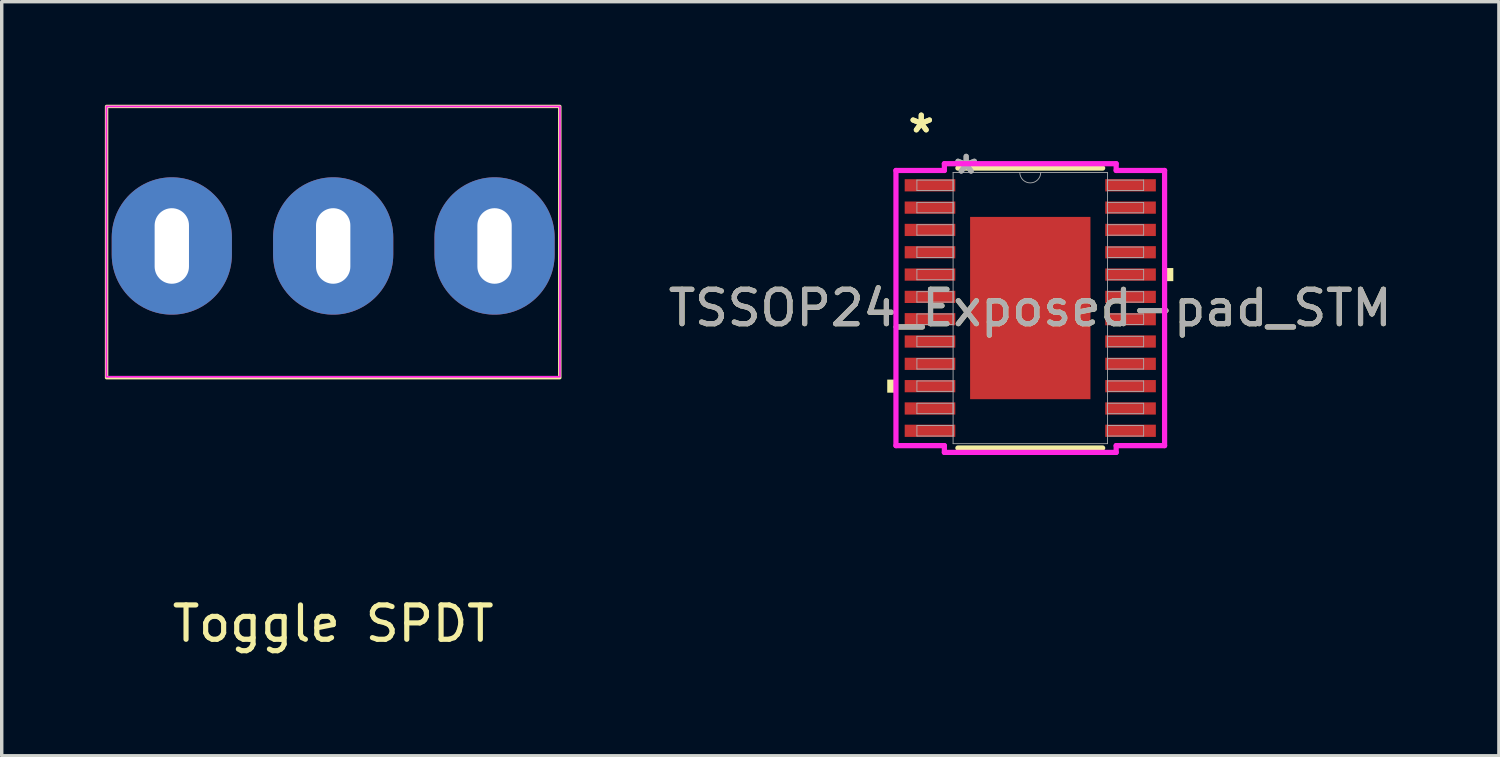
<source format=kicad_pcb>
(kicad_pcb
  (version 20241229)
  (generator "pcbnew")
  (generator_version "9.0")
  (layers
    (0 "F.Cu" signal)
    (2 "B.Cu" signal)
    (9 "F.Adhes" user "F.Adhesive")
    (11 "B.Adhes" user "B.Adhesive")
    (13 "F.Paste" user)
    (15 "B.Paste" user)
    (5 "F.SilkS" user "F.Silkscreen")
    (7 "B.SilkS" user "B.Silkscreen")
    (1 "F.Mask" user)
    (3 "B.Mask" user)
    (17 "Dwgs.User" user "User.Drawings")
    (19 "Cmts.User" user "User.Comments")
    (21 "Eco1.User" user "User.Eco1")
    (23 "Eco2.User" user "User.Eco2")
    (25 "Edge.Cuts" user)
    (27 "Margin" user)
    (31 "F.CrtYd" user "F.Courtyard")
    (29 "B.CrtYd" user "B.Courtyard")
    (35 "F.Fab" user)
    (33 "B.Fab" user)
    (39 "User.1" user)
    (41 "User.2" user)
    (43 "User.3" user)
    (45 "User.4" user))
  (footprint "TSSOP24_Exposed-pad_STM"
    (layer "F.Cu")
    (at 26.957 5.922)
    (property "Reference" "TSSOP24_Exposed-pad_STM" (at 0 0 0) (unlocked yes) (layer "F.SilkS") (effects (font (size 1 1) (thickness 0.15))))
    (attr smd)
    (fp_line (start -2.108 4.077) (end 2.108 4.077) (stroke (width 0.152) (type solid)) (layer "F.SilkS"))
    (fp_line (start 2.108 -4.077) (end -2.108 -4.077) (stroke (width 0.152) (type solid)) (layer "F.SilkS"))
    (fp_poly (pts (xy -4.166 2.084) (xy -4.166 2.465) (xy -3.912 2.465) (xy -3.912 2.084)) (stroke (width 0) (type solid)) (fill yes) (layer "F.SilkS"))
    (fp_poly (pts (xy 4.166 -1.165) (xy 4.166 -0.784) (xy 3.912 -0.784) (xy 3.912 -1.165)) (stroke (width 0) (type solid)) (fill yes) (layer "F.SilkS"))
    (fp_poly (pts (xy -1.653 -2.554) (xy -1.653 -1.427) (xy -0.1 -1.427) (xy -0.1 -2.554)) (stroke (width 0) (type solid)) (fill yes) (layer "F.Paste"))
    (fp_poly (pts (xy -1.653 -1.227) (xy -1.653 -0.1) (xy -0.1 -0.1) (xy -0.1 -1.227)) (stroke (width 0) (type solid)) (fill yes) (layer "F.Paste"))
    (fp_poly (pts (xy -1.653 0.1) (xy -1.653 1.227) (xy -0.1 1.227) (xy -0.1 0.1)) (stroke (width 0) (type solid)) (fill yes) (layer "F.Paste"))
    (fp_poly (pts (xy -1.653 1.427) (xy -1.653 2.554) (xy -0.1 2.554) (xy -0.1 1.427)) (stroke (width 0) (type solid)) (fill yes) (layer "F.Paste"))
    (fp_poly (pts (xy 0.1 -2.554) (xy 0.1 -1.427) (xy 1.653 -1.427) (xy 1.653 -2.554)) (stroke (width 0) (type solid)) (fill yes) (layer "F.Paste"))
    (fp_poly (pts (xy 0.1 -1.227) (xy 0.1 -0.1) (xy 1.653 -0.1) (xy 1.653 -1.227)) (stroke (width 0) (type solid)) (fill yes) (layer "F.Paste"))
    (fp_poly (pts (xy 0.1 0.1) (xy 0.1 1.227) (xy 1.653 1.227) (xy 1.653 0.1)) (stroke (width 0) (type solid)) (fill yes) (layer "F.Paste"))
    (fp_poly (pts (xy 0.1 1.427) (xy 0.1 2.554) (xy 1.653 2.554) (xy 1.653 1.427)) (stroke (width 0) (type solid)) (fill yes) (layer "F.Paste"))
    (fp_line (start -3.912 -4.007) (end -2.502 -4.007) (stroke (width 0.152) (type solid)) (layer "F.CrtYd"))
    (fp_line (start -3.912 4.007) (end -3.912 -4.007) (stroke (width 0.152) (type solid)) (layer "F.CrtYd"))
    (fp_line (start -3.912 4.007) (end -2.502 4.007) (stroke (width 0.152) (type solid)) (layer "F.CrtYd"))
    (fp_line (start -2.502 -4.204) (end 2.502 -4.204) (stroke (width 0.152) (type solid)) (layer "F.CrtYd"))
    (fp_line (start -2.502 -4.007) (end -2.502 -4.204) (stroke (width 0.152) (type solid)) (layer "F.CrtYd"))
    (fp_line (start -2.502 4.204) (end -2.502 4.007) (stroke (width 0.152) (type solid)) (layer "F.CrtYd"))
    (fp_line (start 2.502 -4.204) (end 2.502 -4.007) (stroke (width 0.152) (type solid)) (layer "F.CrtYd"))
    (fp_line (start 2.502 4.007) (end 2.502 4.204) (stroke (width 0.152) (type solid)) (layer "F.CrtYd"))
    (fp_line (start 2.502 4.204) (end -2.502 4.204) (stroke (width 0.152) (type solid)) (layer "F.CrtYd"))
    (fp_line (start 3.912 -4.007) (end 2.502 -4.007) (stroke (width 0.152) (type solid)) (layer "F.CrtYd"))
    (fp_line (start 3.912 -4.007) (end 3.912 4.007) (stroke (width 0.152) (type solid)) (layer "F.CrtYd"))
    (fp_line (start 3.912 4.007) (end 2.502 4.007) (stroke (width 0.152) (type solid)) (layer "F.CrtYd"))
    (fp_line (start -3.302 -3.727) (end -3.302 -3.423) (stroke (width 0.025) (type solid)) (layer "F.Fab"))
    (fp_line (start -3.302 -3.423) (end -2.248 -3.423) (stroke (width 0.025) (type solid)) (layer "F.Fab"))
    (fp_line (start -3.302 -3.077) (end -3.302 -2.773) (stroke (width 0.025) (type solid)) (layer "F.Fab"))
    (fp_line (start -3.302 -2.773) (end -2.248 -2.773) (stroke (width 0.025) (type solid)) (layer "F.Fab"))
    (fp_line (start -3.302 -2.427) (end -3.302 -2.123) (stroke (width 0.025) (type solid)) (layer "F.Fab"))
    (fp_line (start -3.302 -2.123) (end -2.248 -2.123) (stroke (width 0.025) (type solid)) (layer "F.Fab"))
    (fp_line (start -3.302 -1.777) (end -3.302 -1.473) (stroke (width 0.025) (type solid)) (layer "F.Fab"))
    (fp_line (start -3.302 -1.473) (end -2.248 -1.473) (stroke (width 0.025) (type solid)) (layer "F.Fab"))
    (fp_line (start -3.302 -1.127) (end -3.302 -0.823) (stroke (width 0.025) (type solid)) (layer "F.Fab"))
    (fp_line (start -3.302 -0.823) (end -2.248 -0.823) (stroke (width 0.025) (type solid)) (layer "F.Fab"))
    (fp_line (start -3.302 -0.477) (end -3.302 -0.173) (stroke (width 0.025) (type solid)) (layer "F.Fab"))
    (fp_line (start -3.302 -0.173) (end -2.248 -0.173) (stroke (width 0.025) (type solid)) (layer "F.Fab"))
    (fp_line (start -3.302 0.173) (end -3.302 0.477) (stroke (width 0.025) (type solid)) (layer "F.Fab"))
    (fp_line (start -3.302 0.477) (end -2.248 0.477) (stroke (width 0.025) (type solid)) (layer "F.Fab"))
    (fp_line (start -3.302 0.823) (end -3.302 1.127) (stroke (width 0.025) (type solid)) (layer "F.Fab"))
    (fp_line (start -3.302 1.127) (end -2.248 1.127) (stroke (width 0.025) (type solid)) (layer "F.Fab"))
    (fp_line (start -3.302 1.473) (end -3.302 1.777) (stroke (width 0.025) (type solid)) (layer "F.Fab"))
    (fp_line (start -3.302 1.777) (end -2.248 1.777) (stroke (width 0.025) (type solid)) (layer "F.Fab"))
    (fp_line (start -3.302 2.123) (end -3.302 2.427) (stroke (width 0.025) (type solid)) (layer "F.Fab"))
    (fp_line (start -3.302 2.427) (end -2.248 2.427) (stroke (width 0.025) (type solid)) (layer "F.Fab"))
    (fp_line (start -3.302 2.773) (end -3.302 3.077) (stroke (width 0.025) (type solid)) (layer "F.Fab"))
    (fp_line (start -3.302 3.077) (end -2.248 3.077) (stroke (width 0.025) (type solid)) (layer "F.Fab"))
    (fp_line (start -3.302 3.423) (end -3.302 3.727) (stroke (width 0.025) (type solid)) (layer "F.Fab"))
    (fp_line (start -3.302 3.727) (end -2.248 3.727) (stroke (width 0.025) (type solid)) (layer "F.Fab"))
    (fp_line (start -2.248 -3.95) (end -2.248 3.95) (stroke (width 0.025) (type solid)) (layer "F.Fab"))
    (fp_line (start -2.248 -3.727) (end -3.302 -3.727) (stroke (width 0.025) (type solid)) (layer "F.Fab"))
    (fp_line (start -2.248 -3.423) (end -2.248 -3.727) (stroke (width 0.025) (type solid)) (layer "F.Fab"))
    (fp_line (start -2.248 -3.077) (end -3.302 -3.077) (stroke (width 0.025) (type solid)) (layer "F.Fab"))
    (fp_line (start -2.248 -2.773) (end -2.248 -3.077) (stroke (width 0.025) (type solid)) (layer "F.Fab"))
    (fp_line (start -2.248 -2.427) (end -3.302 -2.427) (stroke (width 0.025) (type solid)) (layer "F.Fab"))
    (fp_line (start -2.248 -2.123) (end -2.248 -2.427) (stroke (width 0.025) (type solid)) (layer "F.Fab"))
    (fp_line (start -2.248 -1.777) (end -3.302 -1.777) (stroke (width 0.025) (type solid)) (layer "F.Fab"))
    (fp_line (start -2.248 -1.473) (end -2.248 -1.777) (stroke (width 0.025) (type solid)) (layer "F.Fab"))
    (fp_line (start -2.248 -1.127) (end -3.302 -1.127) (stroke (width 0.025) (type solid)) (layer "F.Fab"))
    (fp_line (start -2.248 -0.823) (end -2.248 -1.127) (stroke (width 0.025) (type solid)) (layer "F.Fab"))
    (fp_line (start -2.248 -0.477) (end -3.302 -0.477) (stroke (width 0.025) (type solid)) (layer "F.Fab"))
    (fp_line (start -2.248 -0.173) (end -2.248 -0.477) (stroke (width 0.025) (type solid)) (layer "F.Fab"))
    (fp_line (start -2.248 0.173) (end -3.302 0.173) (stroke (width 0.025) (type solid)) (layer "F.Fab"))
    (fp_line (start -2.248 0.477) (end -2.248 0.173) (stroke (width 0.025) (type solid)) (layer "F.Fab"))
    (fp_line (start -2.248 0.823) (end -3.302 0.823) (stroke (width 0.025) (type solid)) (layer "F.Fab"))
    (fp_line (start -2.248 1.127) (end -2.248 0.823) (stroke (width 0.025) (type solid)) (layer "F.Fab"))
    (fp_line (start -2.248 1.473) (end -3.302 1.473) (stroke (width 0.025) (type solid)) (layer "F.Fab"))
    (fp_line (start -2.248 1.777) (end -2.248 1.473) (stroke (width 0.025) (type solid)) (layer "F.Fab"))
    (fp_line (start -2.248 2.123) (end -3.302 2.123) (stroke (width 0.025) (type solid)) (layer "F.Fab"))
    (fp_line (start -2.248 2.427) (end -2.248 2.123) (stroke (width 0.025) (type solid)) (layer "F.Fab"))
    (fp_line (start -2.248 2.773) (end -3.302 2.773) (stroke (width 0.025) (type solid)) (layer "F.Fab"))
    (fp_line (start -2.248 3.077) (end -2.248 2.773) (stroke (width 0.025) (type solid)) (layer "F.Fab"))
    (fp_line (start -2.248 3.423) (end -3.302 3.423) (stroke (width 0.025) (type solid)) (layer "F.Fab"))
    (fp_line (start -2.248 3.727) (end -2.248 3.423) (stroke (width 0.025) (type solid)) (layer "F.Fab"))
    (fp_line (start -2.248 3.95) (end 2.248 3.95) (stroke (width 0.025) (type solid)) (layer "F.Fab"))
    (fp_line (start 2.248 -3.95) (end -2.248 -3.95) (stroke (width 0.025) (type solid)) (layer "F.Fab"))
    (fp_line (start 2.248 -3.727) (end 2.248 -3.423) (stroke (width 0.025) (type solid)) (layer "F.Fab"))
    (fp_line (start 2.248 -3.423) (end 3.302 -3.423) (stroke (width 0.025) (type solid)) (layer "F.Fab"))
    (fp_line (start 2.248 -3.077) (end 2.248 -2.773) (stroke (width 0.025) (type solid)) (layer "F.Fab"))
    (fp_line (start 2.248 -2.773) (end 3.302 -2.773) (stroke (width 0.025) (type solid)) (layer "F.Fab"))
    (fp_line (start 2.248 -2.427) (end 2.248 -2.123) (stroke (width 0.025) (type solid)) (layer "F.Fab"))
    (fp_line (start 2.248 -2.123) (end 3.302 -2.123) (stroke (width 0.025) (type solid)) (layer "F.Fab"))
    (fp_line (start 2.248 -1.777) (end 2.248 -1.473) (stroke (width 0.025) (type solid)) (layer "F.Fab"))
    (fp_line (start 2.248 -1.473) (end 3.302 -1.473) (stroke (width 0.025) (type solid)) (layer "F.Fab"))
    (fp_line (start 2.248 -1.127) (end 2.248 -0.823) (stroke (width 0.025) (type solid)) (layer "F.Fab"))
    (fp_line (start 2.248 -0.823) (end 3.302 -0.823) (stroke (width 0.025) (type solid)) (layer "F.Fab"))
    (fp_line (start 2.248 -0.477) (end 2.248 -0.173) (stroke (width 0.025) (type solid)) (layer "F.Fab"))
    (fp_line (start 2.248 -0.173) (end 3.302 -0.173) (stroke (width 0.025) (type solid)) (layer "F.Fab"))
    (fp_line (start 2.248 0.173) (end 2.248 0.477) (stroke (width 0.025) (type solid)) (layer "F.Fab"))
    (fp_line (start 2.248 0.477) (end 3.302 0.477) (stroke (width 0.025) (type solid)) (layer "F.Fab"))
    (fp_line (start 2.248 0.823) (end 2.248 1.127) (stroke (width 0.025) (type solid)) (layer "F.Fab"))
    (fp_line (start 2.248 1.127) (end 3.302 1.127) (stroke (width 0.025) (type solid)) (layer "F.Fab"))
    (fp_line (start 2.248 1.473) (end 2.248 1.777) (stroke (width 0.025) (type solid)) (layer "F.Fab"))
    (fp_line (start 2.248 1.777) (end 3.302 1.777) (stroke (width 0.025) (type solid)) (layer "F.Fab"))
    (fp_line (start 2.248 2.123) (end 2.248 2.427) (stroke (width 0.025) (type solid)) (layer "F.Fab"))
    (fp_line (start 2.248 2.427) (end 3.302 2.427) (stroke (width 0.025) (type solid)) (layer "F.Fab"))
    (fp_line (start 2.248 2.773) (end 2.248 3.077) (stroke (width 0.025) (type solid)) (layer "F.Fab"))
    (fp_line (start 2.248 3.077) (end 3.302 3.077) (stroke (width 0.025) (type solid)) (layer "F.Fab"))
    (fp_line (start 2.248 3.423) (end 2.248 3.727) (stroke (width 0.025) (type solid)) (layer "F.Fab"))
    (fp_line (start 2.248 3.727) (end 3.302 3.727) (stroke (width 0.025) (type solid)) (layer "F.Fab"))
    (fp_line (start 2.248 3.95) (end 2.248 -3.95) (stroke (width 0.025) (type solid)) (layer "F.Fab"))
    (fp_line (start 3.302 -3.727) (end 2.248 -3.727) (stroke (width 0.025) (type solid)) (layer "F.Fab"))
    (fp_line (start 3.302 -3.423) (end 3.302 -3.727) (stroke (width 0.025) (type solid)) (layer "F.Fab"))
    (fp_line (start 3.302 -3.077) (end 2.248 -3.077) (stroke (width 0.025) (type solid)) (layer "F.Fab"))
    (fp_line (start 3.302 -2.773) (end 3.302 -3.077) (stroke (width 0.025) (type solid)) (layer "F.Fab"))
    (fp_line (start 3.302 -2.427) (end 2.248 -2.427) (stroke (width 0.025) (type solid)) (layer "F.Fab"))
    (fp_line (start 3.302 -2.123) (end 3.302 -2.427) (stroke (width 0.025) (type solid)) (layer "F.Fab"))
    (fp_line (start 3.302 -1.777) (end 2.248 -1.777) (stroke (width 0.025) (type solid)) (layer "F.Fab"))
    (fp_line (start 3.302 -1.473) (end 3.302 -1.777) (stroke (width 0.025) (type solid)) (layer "F.Fab"))
    (fp_line (start 3.302 -1.127) (end 2.248 -1.127) (stroke (width 0.025) (type solid)) (layer "F.Fab"))
    (fp_line (start 3.302 -0.823) (end 3.302 -1.127) (stroke (width 0.025) (type solid)) (layer "F.Fab"))
    (fp_line (start 3.302 -0.477) (end 2.248 -0.477) (stroke (width 0.025) (type solid)) (layer "F.Fab"))
    (fp_line (start 3.302 -0.173) (end 3.302 -0.477) (stroke (width 0.025) (type solid)) (layer "F.Fab"))
    (fp_line (start 3.302 0.173) (end 2.248 0.173) (stroke (width 0.025) (type solid)) (layer "F.Fab"))
    (fp_line (start 3.302 0.477) (end 3.302 0.173) (stroke (width 0.025) (type solid)) (layer "F.Fab"))
    (fp_line (start 3.302 0.823) (end 2.248 0.823) (stroke (width 0.025) (type solid)) (layer "F.Fab"))
    (fp_line (start 3.302 1.127) (end 3.302 0.823) (stroke (width 0.025) (type solid)) (layer "F.Fab"))
    (fp_line (start 3.302 1.473) (end 2.248 1.473) (stroke (width 0.025) (type solid)) (layer "F.Fab"))
    (fp_line (start 3.302 1.777) (end 3.302 1.473) (stroke (width 0.025) (type solid)) (layer "F.Fab"))
    (fp_line (start 3.302 2.123) (end 2.248 2.123) (stroke (width 0.025) (type solid)) (layer "F.Fab"))
    (fp_line (start 3.302 2.427) (end 3.302 2.123) (stroke (width 0.025) (type solid)) (layer "F.Fab"))
    (fp_line (start 3.302 2.773) (end 2.248 2.773) (stroke (width 0.025) (type solid)) (layer "F.Fab"))
    (fp_line (start 3.302 3.077) (end 3.302 2.773) (stroke (width 0.025) (type solid)) (layer "F.Fab"))
    (fp_line (start 3.302 3.423) (end 2.248 3.423) (stroke (width 0.025) (type solid)) (layer "F.Fab"))
    (fp_line (start 3.302 3.727) (end 3.302 3.423) (stroke (width 0.025) (type solid)) (layer "F.Fab"))
    (fp_arc (start 0.3048 -3.9497) (mid 0 -3.6449) (end -0.3048 -3.9497) (stroke (width 0.0254) (type solid)) (layer "F.Fab"))
    (fp_text user "*" (at -3.175 -5.074 0) (unlocked yes) (layer "F.SilkS") (effects (font (size 1 1) (thickness 0.15))))
    (fp_text user "*" (at -3.175 -5.074 0) (layer "F.SilkS") (effects (font (size 1 1) (thickness 0.15))))
    (fp_text user "*" (at -1.867 -3.873 0) (layer "F.Fab") (effects (font (size 1 1) (thickness 0.15))))
    (fp_text user "*" (at -1.867 -3.873 0) (unlocked yes) (layer "F.Fab") (effects (font (size 1 1) (thickness 0.15))))
    (fp_text user "${REFERENCE}" (at 0 0 0) (unlocked yes) (layer "F.Fab") (effects (font (size 1 1) (thickness 0.15))))
    (pad "1" smd rect (at -2.921 -3.575) (size 1.473 0.356) (layers "F.Cu" "F.Mask" "F.Paste"))
    (pad "2" smd rect (at -2.921 -2.925) (size 1.473 0.356) (layers "F.Cu" "F.Mask" "F.Paste"))
    (pad "3" smd rect (at -2.921 -2.275) (size 1.473 0.356) (layers "F.Cu" "F.Mask" "F.Paste"))
    (pad "4" smd rect (at -2.921 -1.625) (size 1.473 0.356) (layers "F.Cu" "F.Mask" "F.Paste"))
    (pad "5" smd rect (at -2.921 -0.975) (size 1.473 0.356) (layers "F.Cu" "F.Mask" "F.Paste"))
    (pad "6" smd rect (at -2.921 -0.325) (size 1.473 0.356) (layers "F.Cu" "F.Mask" "F.Paste"))
    (pad "7" smd rect (at -2.921 0.325) (size 1.473 0.356) (layers "F.Cu" "F.Mask" "F.Paste"))
    (pad "8" smd rect (at -2.921 0.975) (size 1.473 0.356) (layers "F.Cu" "F.Mask" "F.Paste"))
    (pad "9" smd rect (at -2.921 1.625) (size 1.473 0.356) (layers "F.Cu" "F.Mask" "F.Paste"))
    (pad "10" smd rect (at -2.921 2.275) (size 1.473 0.356) (layers "F.Cu" "F.Mask" "F.Paste"))
    (pad "11" smd rect (at -2.921 2.925) (size 1.473 0.356) (layers "F.Cu" "F.Mask" "F.Paste"))
    (pad "12" smd rect (at -2.921 3.575) (size 1.473 0.356) (layers "F.Cu" "F.Mask" "F.Paste"))
    (pad "13" smd rect (at 2.921 3.575) (size 1.473 0.356) (layers "F.Cu" "F.Mask" "F.Paste"))
    (pad "14" smd rect (at 2.921 2.925) (size 1.473 0.356) (layers "F.Cu" "F.Mask" "F.Paste"))
    (pad "15" smd rect (at 2.921 2.275) (size 1.473 0.356) (layers "F.Cu" "F.Mask" "F.Paste"))
    (pad "16" smd rect (at 2.921 1.625) (size 1.473 0.356) (layers "F.Cu" "F.Mask" "F.Paste"))
    (pad "17" smd rect (at 2.921 0.975) (size 1.473 0.356) (layers "F.Cu" "F.Mask" "F.Paste"))
    (pad "18" smd rect (at 2.921 0.325) (size 1.473 0.356) (layers "F.Cu" "F.Mask" "F.Paste"))
    (pad "19" smd rect (at 2.921 -0.325) (size 1.473 0.356) (layers "F.Cu" "F.Mask" "F.Paste"))
    (pad "20" smd rect (at 2.921 -0.975) (size 1.473 0.356) (layers "F.Cu" "F.Mask" "F.Paste"))
    (pad "21" smd rect (at 2.921 -1.625) (size 1.473 0.356) (layers "F.Cu" "F.Mask" "F.Paste"))
    (pad "22" smd rect (at 2.921 -2.275) (size 1.473 0.356) (layers "F.Cu" "F.Mask" "F.Paste"))
    (pad "23" smd rect (at 2.921 -2.925) (size 1.473 0.356) (layers "F.Cu" "F.Mask" "F.Paste"))
    (pad "24" smd rect (at 2.921 -3.575) (size 1.473 0.356) (layers "F.Cu" "F.Mask" "F.Paste"))
    (pad "EPAD" smd rect (at 0 0) (size 3.505 5.309) (layers "F.Cu" "F.Mask")))
  (footprint "Toggle SPDT"
    (layer "F.Cu")
    (at 6.654 4.114)
    (property "Reference" "Toggle SPDT" (at 0 11 0) (layer "F.SilkS") (effects (font (size 1 1) (thickness 0.15))))
    (attr through_hole)
    (fp_rect (start -6.6 -4.064) (end 6.6 3.836) (stroke (width 0.1) (type default)) (fill no) (layer "F.SilkS"))
    (fp_rect (start -6.604 -4.064) (end 6.604 3.81) (stroke (width 0.1) (type default)) (fill no) (layer "Margin"))
    (fp_rect (start -6.604 -4.064) (end 6.604 3.81) (stroke (width 0.05) (type default)) (fill no) (layer "F.CrtYd"))
    (pad "1" thru_hole oval (at 0 0) (size 3.5 4) (drill oval 1 2.2) (layers "*.Cu" "*.Mask"))
    (pad "2" thru_hole oval (at -4.7 0) (size 3.5 4) (drill oval 1 2.2) (layers "*.Cu" "*.Mask"))
    (pad "3" thru_hole oval (at 4.7 0) (size 3.5 4) (drill oval 1 2.2) (layers "*.Cu" "*.Mask")))
  (gr_rect
    (start -3 -3)
    (end 40.606 18.962)
    (stroke (width 0.1) (type default))
    (fill no)
    (layer "Edge.Cuts")))
</source>
